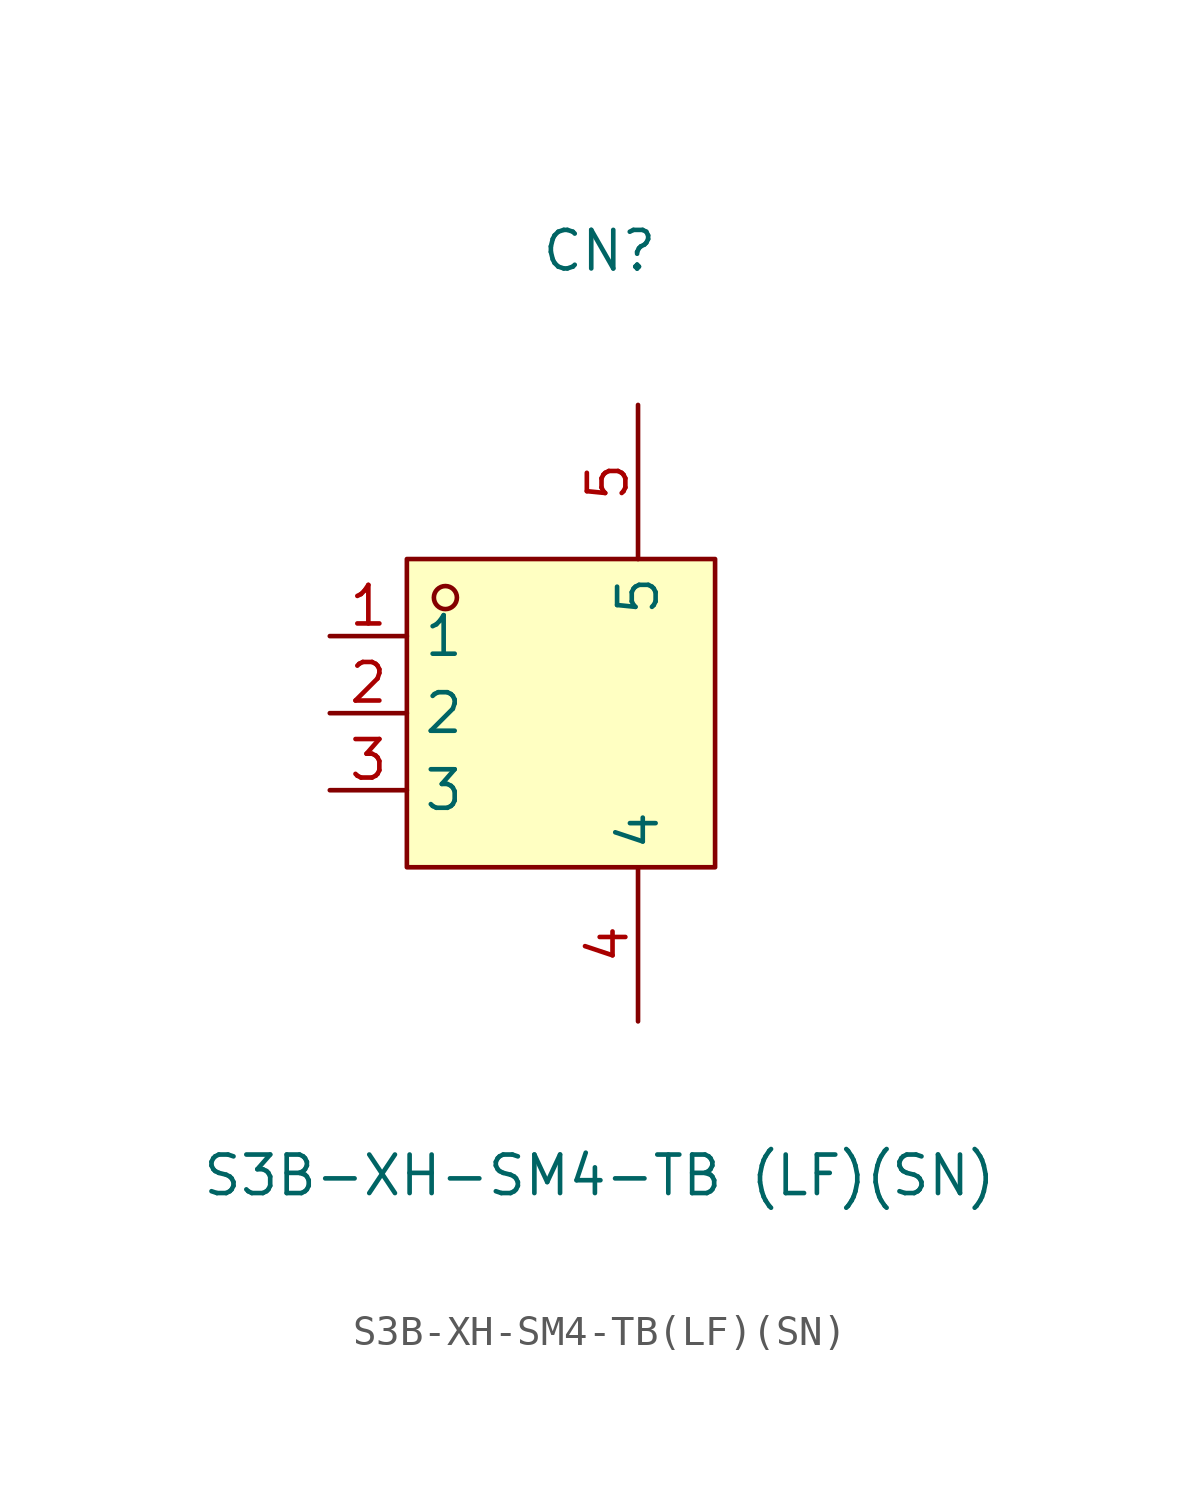
<source format=kicad_sym>
(kicad_symbol_lib
  (version 20211014)
  (generator https://github.com/uPesy/easyeda2kicad.py)
  (symbol "S3B-XH-SM4-TB(LF)(SN)"
    (property "Reference" "CN"
      (at 0 15.24 0)
      (effects (font (size 1.27 1.27))))
    (property "Value" "S3B-XH-SM4-TB (LF)(SN)"
      (at 0 -15.24 0)
      (effects (font (size 1.27 1.27))))
    (symbol "S3B-XH-SM4-TB(LF)(SN)_0_1"
      (rectangle (start -6.35 5.08) (end 3.81 -5.08) (stroke (width 0) (type default) (color 0 0 0 0)) (fill (type background)))
      (circle (center -5.08 3.81) (radius 0.38) (stroke (width 0) (type default) (color 0 0 0 0)) (fill (type none)))
      (pin unspecified line (at -8.89 2.54 0) (length 2.54) (name "1" (effects (font (size 1.27 1.27)))) (number "1" (effects (font (size 1.27 1.27)))))
      (pin unspecified line (at -8.89 -0.00 0) (length 2.54) (name "2" (effects (font (size 1.27 1.27)))) (number "2" (effects (font (size 1.27 1.27)))))
      (pin unspecified line (at -8.89 -2.54 0) (length 2.54) (name "3" (effects (font (size 1.27 1.27)))) (number "3" (effects (font (size 1.27 1.27)))))
      (pin unspecified line (at 1.27 -10.16 90) (length 5.08) (name "4" (effects (font (size 1.27 1.27)))) (number "4" (effects (font (size 1.27 1.27)))))
      (pin unspecified line (at 1.27 10.16 270) (length 5.08) (name "5" (effects (font (size 1.27 1.27)))) (number "5" (effects (font (size 1.27 1.27))))))))
</source>
